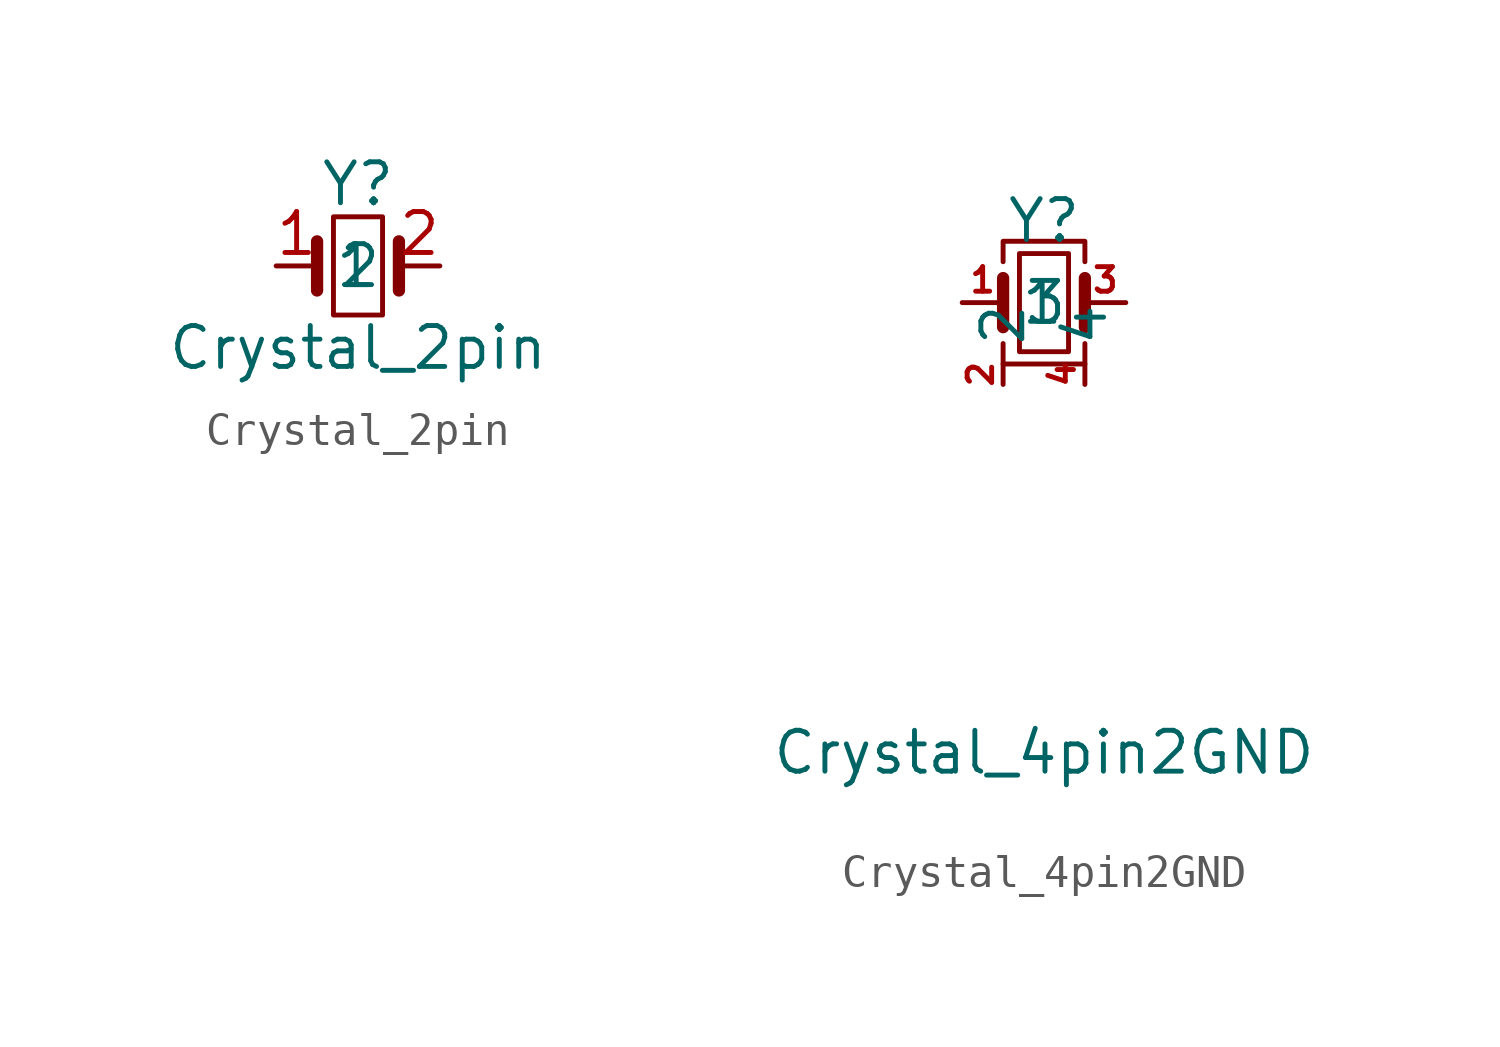
<source format=kicad_sym>
(kicad_symbol_lib
  (version 20211014)
  (generator kicad_symbol_editor)
  (symbol "Crystal_2pin"
    (property "Reference" "Y"
      (at 0 2.54 0)
      (effects (font (size 1.27 1.27))))
    (property "Value" "Crystal_2pin"
      (at 0 -2.54 0)
      (effects (font (size 1.27 1.27))))
    (symbol "Crystal_2pin_0_1"
      (rectangle (start -0.762 -1.524) (end 0.762 1.524) (stroke (width 0) (type default) (color 0 0 0 0)) (fill (type none)))
      (polyline (pts (xy -1.27 -0.762) (xy -1.27 0.762)) (stroke (width 0.381) (type default) (color 0 0 0 0)) (fill (type none)))
      (polyline (pts (xy 1.27 -0.762) (xy 1.27 0.762)) (stroke (width 0.381) (type default) (color 0 0 0 0)) (fill (type none))))
    (symbol "Crystal_2pin_1_1"
      (pin passive line (at -2.54 0 0) (length 1.27) (name "1" (effects (font (size 1.27 1.27)))) (number "1" (effects (font (size 1.27 1.27)))))
      (pin passive line (at 2.54 0 180) (length 1.27) (name "2" (effects (font (size 1.27 1.27)))) (number "2" (effects (font (size 1.27 1.27)))))))
  (symbol "Crystal_4pin2GND"
    (property "Reference" "Y"
      (at 0 2.54 0)
      (effects (font (size 1.27 1.27))))
    (property "Value" "Crystal_4pin2GND"
      (at 0 -13.97 0)
      (effects (font (size 1.27 1.27))))
    (symbol "Crystal_4pin2GND_0_1"
      (rectangle (start -0.762 -1.524) (end 0.762 1.524) (stroke (width 0) (type default) (color 0 0 0 0)) (fill (type none)))
      (polyline (pts (xy -1.27 -0.762) (xy -1.27 0.762)) (stroke (width 0.381) (type default) (color 0 0 0 0)) (fill (type none)))
      (polyline (pts (xy 1.27 -0.762) (xy 1.27 0.762)) (stroke (width 0.381) (type default) (color 0 0 0 0)) (fill (type none)))
      (polyline (pts (xy -1.27 -1.27) (xy -1.27 -1.905) (xy 1.27 -1.905) (xy 1.27 -1.27)) (stroke (width 0) (type default) (color 0 0 0 0)) (fill (type none)))
      (polyline (pts (xy -1.27 1.27) (xy -1.27 1.905) (xy 1.27 1.905) (xy 1.27 1.27)) (stroke (width 0) (type default) (color 0 0 0 0)) (fill (type none))))
    (symbol "Crystal_4pin2GND_1_1"
      (pin passive line (at -2.54 0 0) (length 1.27) (name "1" (effects (font (size 1.27 1.27)))) (number "1" (effects (font (size 0.762 0.762)))))
      (pin passive line (at -1.27 -2.54 90) (length 0.635) (name "2" (effects (font (size 1.27 1.27)))) (number "2" (effects (font (size 0.762 0.762)))))
      (pin passive line (at 2.54 0 180) (length 1.27) (name "3" (effects (font (size 1.27 1.27)))) (number "3" (effects (font (size 0.762 0.762)))))
      (pin passive line (at 1.27 -2.54 90) (length 0.635) (name "4" (effects (font (size 1.27 1.27)))) (number "4" (effects (font (size 0.762 0.762))))))))
</source>
